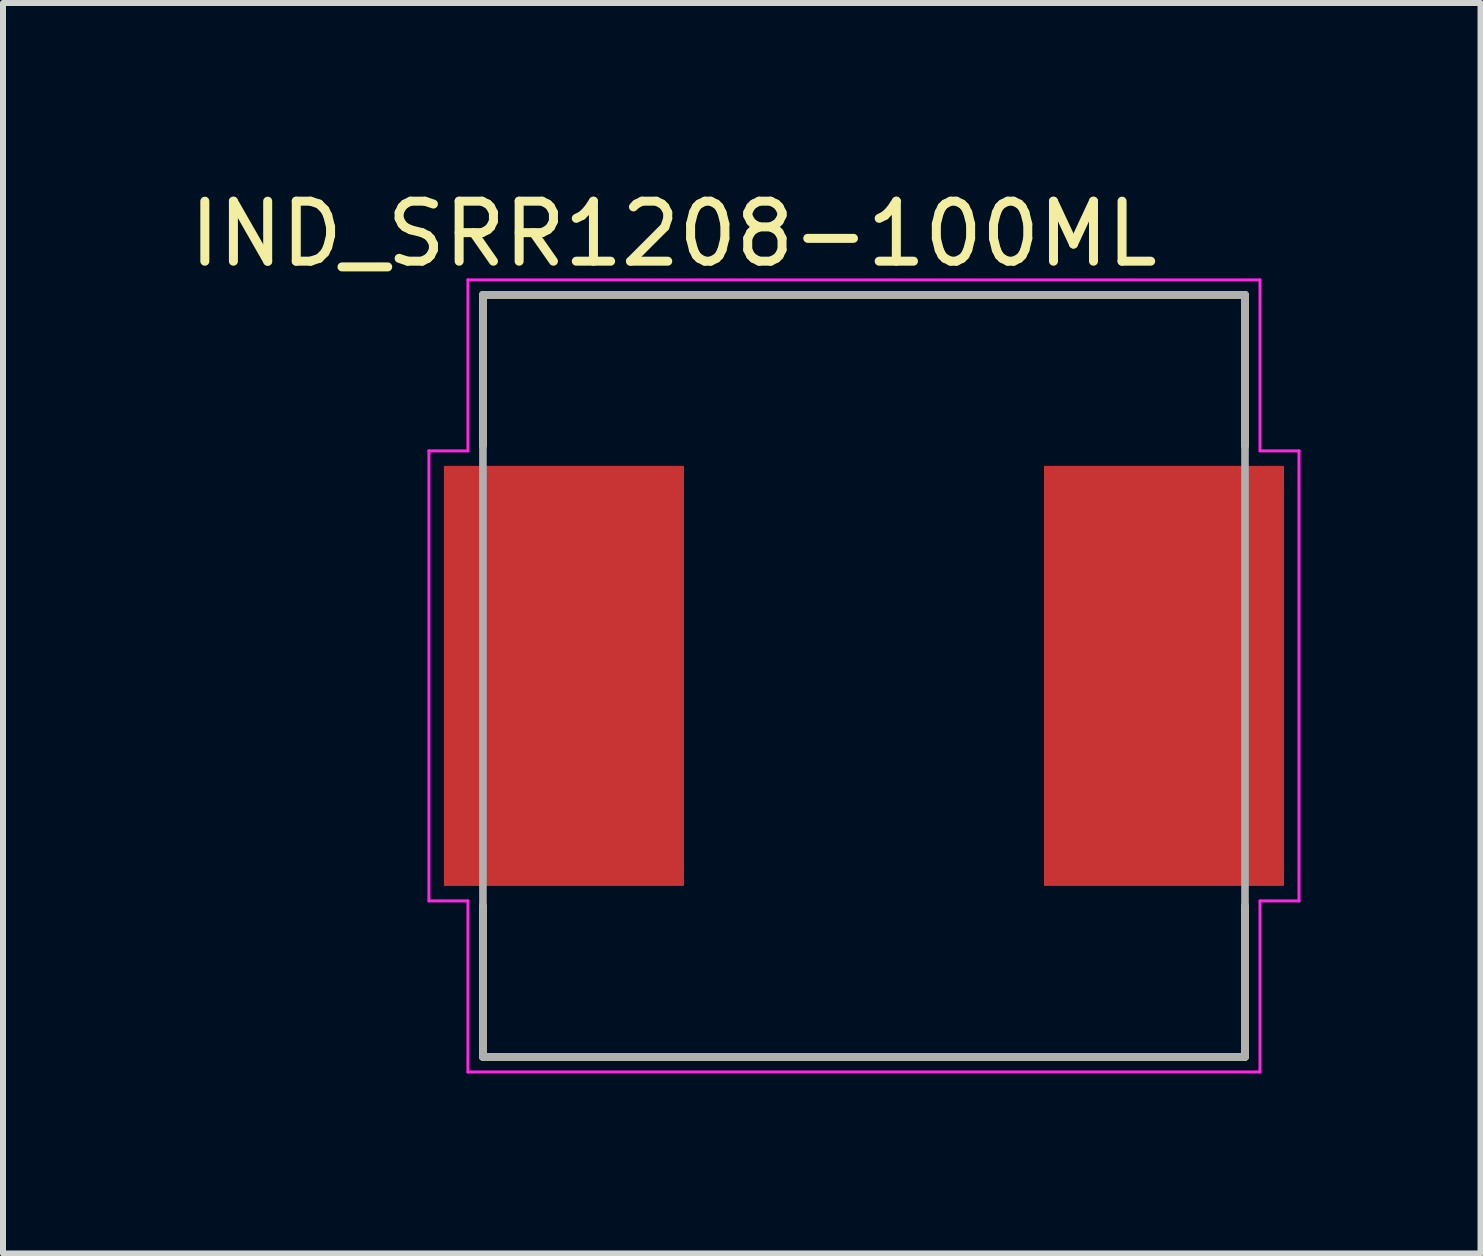
<source format=kicad_pcb>
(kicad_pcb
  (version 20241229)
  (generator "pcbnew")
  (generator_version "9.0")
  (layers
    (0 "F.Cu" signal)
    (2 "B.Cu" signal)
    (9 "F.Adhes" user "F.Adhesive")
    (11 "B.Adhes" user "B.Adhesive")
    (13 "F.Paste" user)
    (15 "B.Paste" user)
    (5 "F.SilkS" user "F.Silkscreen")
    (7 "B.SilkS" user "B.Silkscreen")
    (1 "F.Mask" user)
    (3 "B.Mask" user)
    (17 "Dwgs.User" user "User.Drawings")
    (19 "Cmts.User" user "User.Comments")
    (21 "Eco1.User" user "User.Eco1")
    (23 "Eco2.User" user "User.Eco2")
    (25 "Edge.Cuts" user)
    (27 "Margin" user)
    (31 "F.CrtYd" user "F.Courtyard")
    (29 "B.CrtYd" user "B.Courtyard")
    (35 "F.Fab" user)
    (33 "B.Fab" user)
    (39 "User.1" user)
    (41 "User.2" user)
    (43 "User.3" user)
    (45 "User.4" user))
  (footprint "IND_SRR1208-100ML"
    (layer "F.Cu")
    (at 11.348 8.214)
    (property "Reference" "IND_SRR1208-100ML" (at -3.175 -7.366 0) (layer "F.SilkS") (effects (font (size 1 1) (thickness 0.15))))
    (attr smd)
    (fp_line (start -6.35 -6.35) (end 6.35 -6.35) (stroke (width 0.127) (type solid)) (layer "F.SilkS"))
    (fp_line (start -6.35 -3.83) (end -6.35 -6.35) (stroke (width 0.127) (type solid)) (layer "F.SilkS"))
    (fp_line (start -6.35 6.35) (end -6.35 3.83) (stroke (width 0.127) (type solid)) (layer "F.SilkS"))
    (fp_line (start 6.35 -6.35) (end 6.35 -3.83) (stroke (width 0.127) (type solid)) (layer "F.SilkS"))
    (fp_line (start 6.35 3.83) (end 6.35 6.35) (stroke (width 0.127) (type solid)) (layer "F.SilkS"))
    (fp_line (start 6.35 6.35) (end -6.35 6.35) (stroke (width 0.127) (type solid)) (layer "F.SilkS"))
    (fp_line (start -7.25 -3.75) (end -6.6 -3.75) (stroke (width 0.05) (type solid)) (layer "F.CrtYd"))
    (fp_line (start -7.25 3.75) (end -7.25 -3.75) (stroke (width 0.05) (type solid)) (layer "F.CrtYd"))
    (fp_line (start -6.6 -6.6) (end 6.6 -6.6) (stroke (width 0.05) (type solid)) (layer "F.CrtYd"))
    (fp_line (start -6.6 -3.75) (end -6.6 -6.6) (stroke (width 0.05) (type solid)) (layer "F.CrtYd"))
    (fp_line (start -6.6 3.75) (end -7.25 3.75) (stroke (width 0.05) (type solid)) (layer "F.CrtYd"))
    (fp_line (start -6.6 6.6) (end -6.6 3.75) (stroke (width 0.05) (type solid)) (layer "F.CrtYd"))
    (fp_line (start 6.6 -6.6) (end 6.6 -3.75) (stroke (width 0.05) (type solid)) (layer "F.CrtYd"))
    (fp_line (start 6.6 -3.75) (end 7.25 -3.75) (stroke (width 0.05) (type solid)) (layer "F.CrtYd"))
    (fp_line (start 6.6 3.75) (end 6.6 6.6) (stroke (width 0.05) (type solid)) (layer "F.CrtYd"))
    (fp_line (start 6.6 6.6) (end -6.6 6.6) (stroke (width 0.05) (type solid)) (layer "F.CrtYd"))
    (fp_line (start 7.25 -3.75) (end 7.25 3.75) (stroke (width 0.05) (type solid)) (layer "F.CrtYd"))
    (fp_line (start 7.25 3.75) (end 6.6 3.75) (stroke (width 0.05) (type solid)) (layer "F.CrtYd"))
    (fp_line (start -6.35 -6.35) (end 6.35 -6.35) (stroke (width 0.127) (type solid)) (layer "F.Fab"))
    (fp_line (start -6.35 6.35) (end -6.35 -6.35) (stroke (width 0.127) (type solid)) (layer "F.Fab"))
    (fp_line (start 6.35 -6.35) (end 6.35 6.35) (stroke (width 0.127) (type solid)) (layer "F.Fab"))
    (fp_line (start 6.35 6.35) (end -6.35 6.35) (stroke (width 0.127) (type solid)) (layer "F.Fab"))
    (pad "1" smd rect (at -5 0) (size 4 7) (layers "F.Cu" "F.Mask" "F.Paste"))
    (pad "2" smd rect (at 5 0) (size 4 7) (layers "F.Cu" "F.Mask" "F.Paste")))
  (gr_rect
    (start -3 -3)
    (end 21.623 17.839)
    (stroke (width 0.1) (type default))
    (fill no)
    (layer "Edge.Cuts")))
</source>
